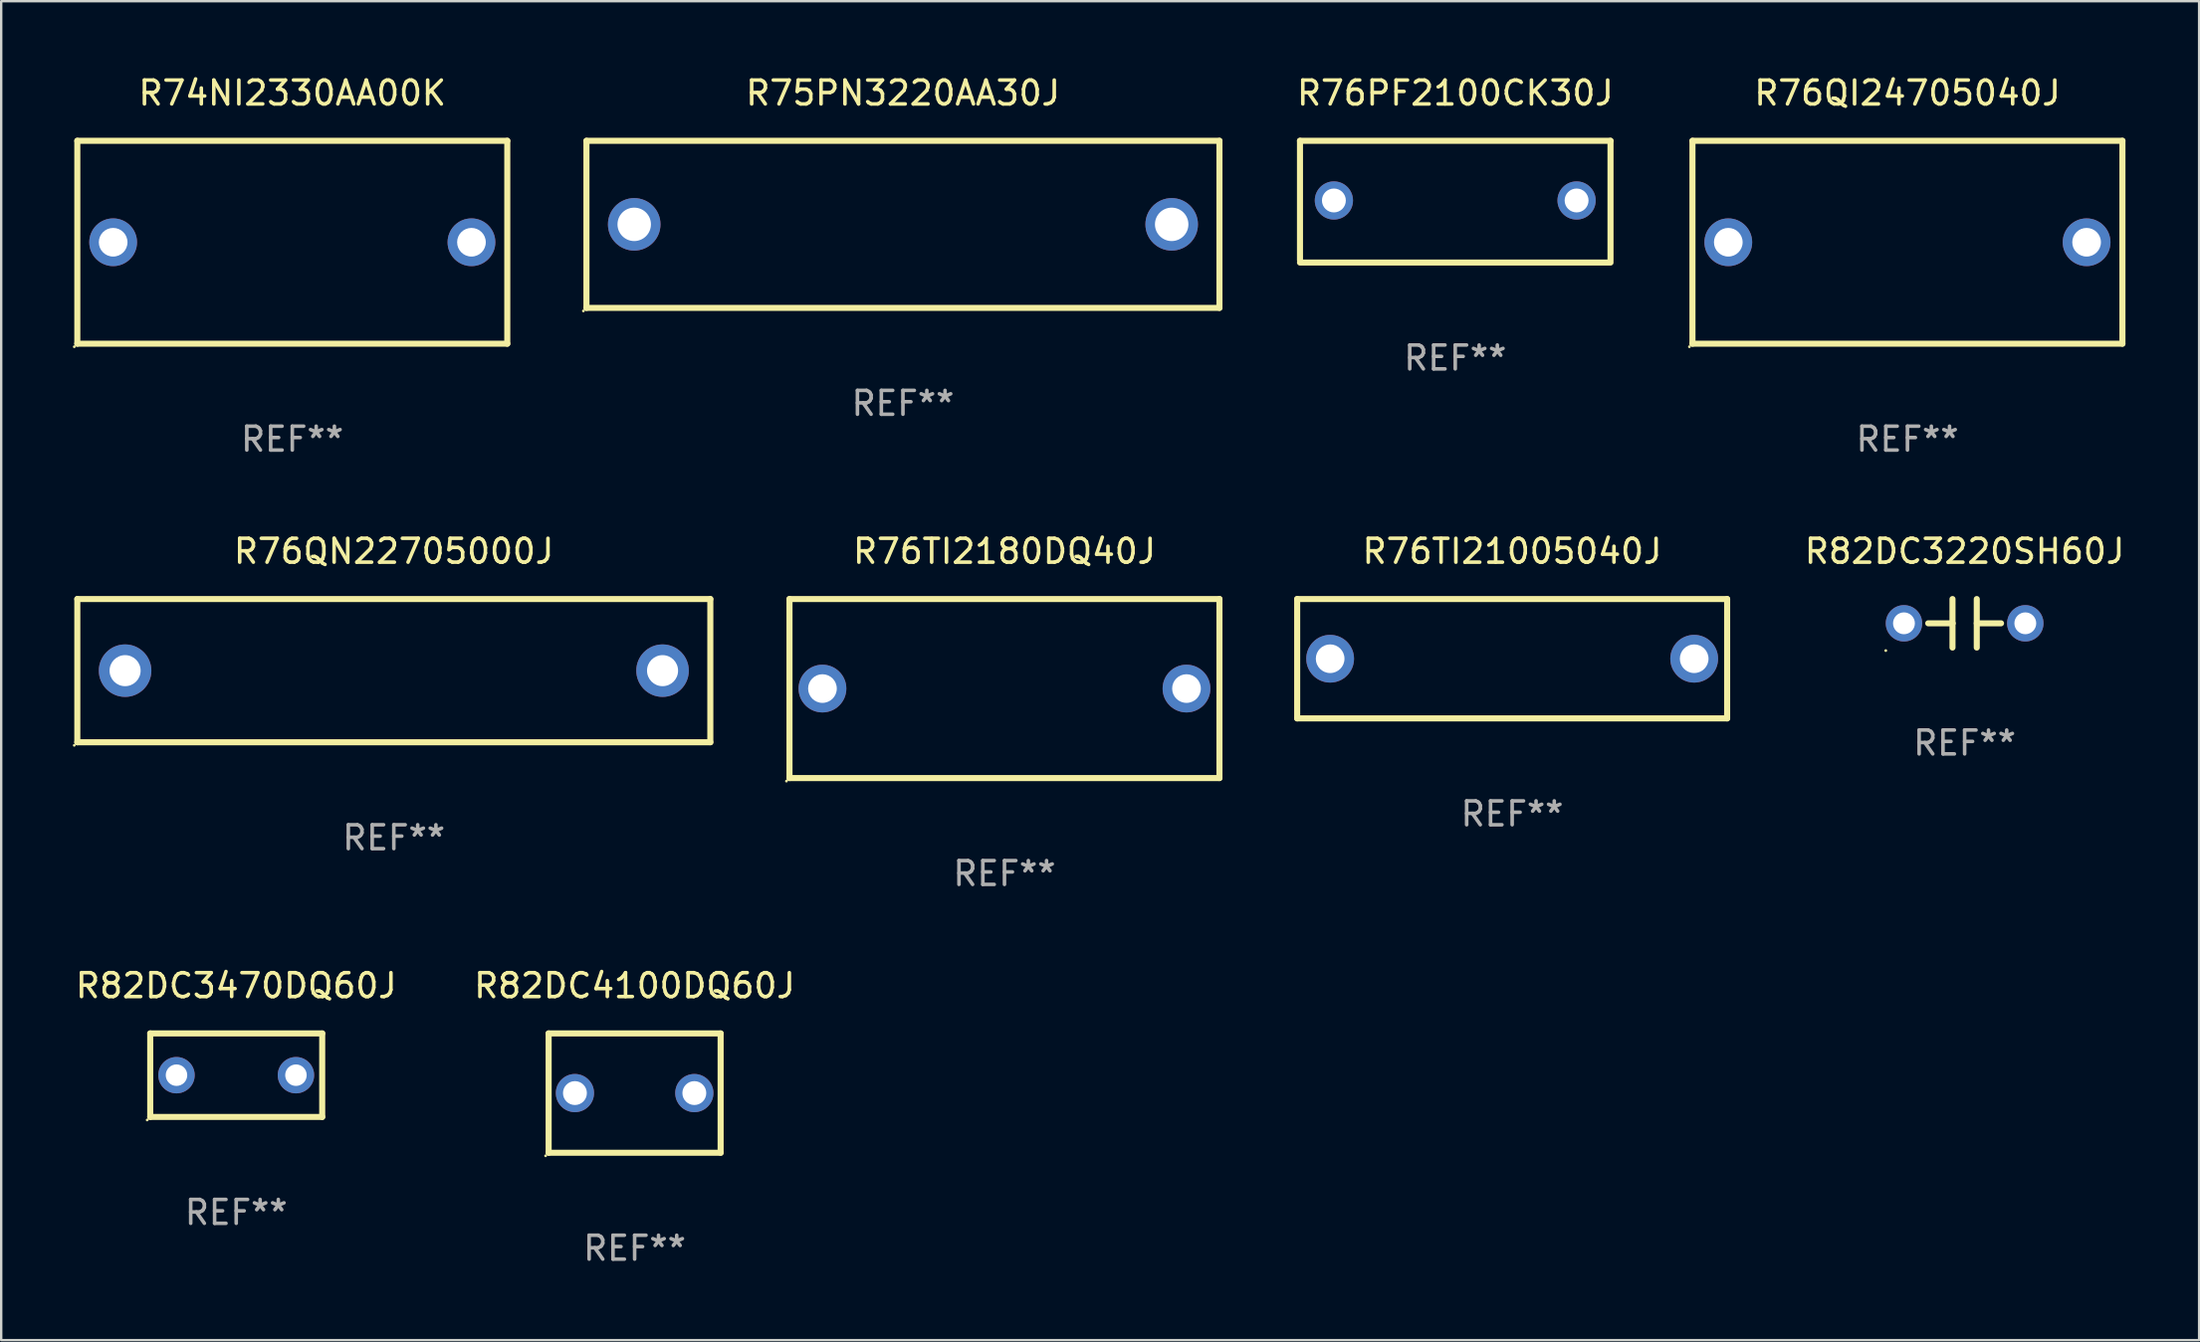
<source format=kicad_pcb>
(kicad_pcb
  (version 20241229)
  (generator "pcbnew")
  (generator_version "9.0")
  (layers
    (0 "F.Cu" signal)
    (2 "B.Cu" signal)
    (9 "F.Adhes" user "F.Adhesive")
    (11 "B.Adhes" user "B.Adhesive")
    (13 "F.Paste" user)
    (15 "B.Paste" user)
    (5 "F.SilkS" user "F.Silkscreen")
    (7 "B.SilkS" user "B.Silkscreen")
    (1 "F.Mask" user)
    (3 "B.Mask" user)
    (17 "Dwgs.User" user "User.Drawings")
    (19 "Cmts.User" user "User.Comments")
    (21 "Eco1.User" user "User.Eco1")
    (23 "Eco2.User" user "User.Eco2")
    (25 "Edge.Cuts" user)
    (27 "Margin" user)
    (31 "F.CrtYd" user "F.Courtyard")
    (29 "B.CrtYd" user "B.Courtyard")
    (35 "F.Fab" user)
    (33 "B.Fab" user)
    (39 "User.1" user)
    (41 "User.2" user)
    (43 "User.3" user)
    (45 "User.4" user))
  (footprint "R76TI21005040J"
    (layer "F.Cu")
    (at 60.255 24.545)
    (property "Reference" "R76TI21005040J" (at 0 -4.5 0) (layer "F.SilkS") (effects (font (size 1 1) (thickness 0.15))))
    (attr through_hole)
    (fp_line (start -9 -2.5) (end 9 -2.5) (stroke (width 0.254) (type solid)) (layer "F.SilkS"))
    (fp_line (start -9 2.5) (end -9 -2.5) (stroke (width 0.254) (type solid)) (layer "F.SilkS"))
    (fp_line (start 9 -2.5) (end 9 2.5) (stroke (width 0.254) (type solid)) (layer "F.SilkS"))
    (fp_line (start 9 2.5) (end -9 2.5) (stroke (width 0.254) (type solid)) (layer "F.SilkS"))
    (fp_circle (center -9 2.5) (end -8.97 2.5) (stroke (width 0.06) (type solid)) (fill no) (layer "F.SilkS"))
    (fp_text user "REF**" (at 0 6.5 0) (layer "F.Fab") (effects (font (size 1 1) (thickness 0.15))))
    (pad "1" thru_hole circle (at -7.62 -0.000127) (size 2 2) (drill 1.2) (layers "*.Cu" "*.Mask"))
    (pad "2" thru_hole circle (at 7.62 -0.000127) (size 2 2) (drill 1.2) (layers "*.Cu" "*.Mask")))
  (footprint "R76QI24705040J"
    (layer "F.Cu")
    (at 76.803 7.098)
    (property "Reference" "R76QI24705040J" (at 0 -6.25 0) (layer "F.SilkS") (effects (font (size 1 1) (thickness 0.15))))
    (attr through_hole)
    (fp_line (start -9 -4.25) (end -9 4.25) (stroke (width 0.254) (type solid)) (layer "F.SilkS"))
    (fp_line (start -9 -4.25) (end 9 -4.25) (stroke (width 0.254) (type solid)) (layer "F.SilkS"))
    (fp_line (start 9 4.25) (end -9 4.25) (stroke (width 0.254) (type solid)) (layer "F.SilkS"))
    (fp_line (start 9 4.25) (end 9 -4.25) (stroke (width 0.254) (type solid)) (layer "F.SilkS"))
    (fp_circle (center -9.127 4.377) (end -9.097 4.377) (stroke (width 0.06) (type solid)) (fill no) (layer "F.SilkS"))
    (fp_text user "REF**" (at 0 8.25 0) (layer "F.Fab") (effects (font (size 1 1) (thickness 0.15))))
    (pad "1" thru_hole circle (at -7.5 0) (size 2 2) (drill 1.2) (layers "*.Cu" "*.Mask"))
    (pad "2" thru_hole circle (at 7.5 0) (size 2 2) (drill 1.2) (layers "*.Cu" "*.Mask")))
  (footprint "R82DC4100DQ60J"
    (layer "F.Cu")
    (at 23.518 42.741)
    (property "Reference" "R82DC4100DQ60J" (at 0 -4.5 0) (layer "F.SilkS") (effects (font (size 1 1) (thickness 0.15))))
    (attr through_hole)
    (fp_line (start -3.6 -2.5) (end 3.6 -2.5) (stroke (width 0.254) (type solid)) (layer "F.SilkS"))
    (fp_line (start -3.6 2.5) (end -3.6 -2.5) (stroke (width 0.254) (type solid)) (layer "F.SilkS"))
    (fp_line (start -3.6 2.5) (end 3.6 2.5) (stroke (width 0.254) (type solid)) (layer "F.SilkS"))
    (fp_line (start 3.6 -2.5) (end 3.6 2.5) (stroke (width 0.254) (type solid)) (layer "F.SilkS"))
    (fp_circle (center -3.727 2.627) (end -3.697 2.627) (stroke (width 0.06) (type solid)) (fill no) (layer "F.SilkS"))
    (fp_text user "REF**" (at 0 6.5 0) (layer "F.Fab") (effects (font (size 1 1) (thickness 0.15))))
    (pad "1" thru_hole circle (at -2.499 0) (size 1.6 1.6) (drill 1) (layers "*.Cu" "*.Mask"))
    (pad "2" thru_hole circle (at 2.499 0) (size 1.6 1.6) (drill 1) (layers "*.Cu" "*.Mask")))
  (footprint "R82DC3220SH60J"
    (layer "F.Cu")
    (at 79.197 23.061)
    (property "Reference" "R82DC3220SH60J" (at 0 -3.016 0) (layer "F.SilkS") (effects (font (size 1 1) (thickness 0.15))))
    (attr through_hole)
    (fp_line (start -1.524 0) (end -0.508 0) (stroke (width 0.254) (type solid)) (layer "F.SilkS"))
    (fp_line (start -0.508 0) (end -0.508 -1.016) (stroke (width 0.254) (type solid)) (layer "F.SilkS"))
    (fp_line (start -0.508 0) (end -0.508 1.016) (stroke (width 0.254) (type solid)) (layer "F.SilkS"))
    (fp_line (start 0.508 -1.016) (end 0.508 1.016) (stroke (width 0.254) (type solid)) (layer "F.SilkS"))
    (fp_line (start 1.524 0) (end 0.508 0) (stroke (width 0.254) (type solid)) (layer "F.SilkS"))
    (fp_circle (center -3.302 1.143) (end -3.272 1.143) (stroke (width 0.06) (type solid)) (fill no) (layer "F.SilkS"))
    (fp_text user "REF**" (at 0 5.016 0) (layer "F.Fab") (effects (font (size 1 1) (thickness 0.15))))
    (pad "1" thru_hole circle (at -2.54 0) (size 1.524 1.524) (drill 0.914) (layers "*.Cu" "*.Mask"))
    (pad "2" thru_hole circle (at 2.54 0) (size 1.524 1.524) (drill 0.914) (layers "*.Cu" "*.Mask")))
  (footprint "R75PN3220AA30J"
    (layer "F.Cu")
    (at 34.751 6.348)
    (property "Reference" "R75PN3220AA30J" (at 0 -5.5 0) (layer "F.SilkS") (effects (font (size 1 1) (thickness 0.15))))
    (attr through_hole)
    (fp_line (start -13.25 -3.5) (end 13.25 -3.5) (stroke (width 0.254) (type solid)) (layer "F.SilkS"))
    (fp_line (start -13.25 3.5) (end -13.25 -3.5) (stroke (width 0.254) (type solid)) (layer "F.SilkS"))
    (fp_line (start 13.25 -3.5) (end 13.25 3.5) (stroke (width 0.254) (type solid)) (layer "F.SilkS"))
    (fp_line (start 13.25 3.5) (end -13.25 3.5) (stroke (width 0.254) (type solid)) (layer "F.SilkS"))
    (fp_circle (center -13.377 3.627) (end -13.347 3.627) (stroke (width 0.06) (type solid)) (fill no) (layer "F.SilkS"))
    (fp_text user "REF**" (at 0 7.5 0) (layer "F.Fab") (effects (font (size 1 1) (thickness 0.15))))
    (pad "1" thru_hole circle (at -11.25 0) (size 2.2 2.2) (drill 1.4) (layers "*.Cu" "*.Mask"))
    (pad "2" thru_hole circle (at 11.25 0) (size 2.2 2.2) (drill 1.4) (layers "*.Cu" "*.Mask")))
  (footprint "R76QN22705000J"
    (layer "F.Cu")
    (at 13.437 25.045)
    (property "Reference" "R76QN22705000J" (at 0 -5 0) (layer "F.SilkS") (effects (font (size 1 1) (thickness 0.15))))
    (attr through_hole)
    (fp_line (start -13.25 -3) (end 13.25 -3) (stroke (width 0.254) (type solid)) (layer "F.SilkS"))
    (fp_line (start -13.25 3) (end -13.25 -3) (stroke (width 0.254) (type solid)) (layer "F.SilkS"))
    (fp_line (start 13.25 -3) (end 13.25 3) (stroke (width 0.254) (type solid)) (layer "F.SilkS"))
    (fp_line (start 13.25 3) (end -13.25 3) (stroke (width 0.254) (type solid)) (layer "F.SilkS"))
    (fp_circle (center -13.377 3.127) (end -13.347 3.127) (stroke (width 0.06) (type solid)) (fill no) (layer "F.SilkS"))
    (fp_text user "REF**" (at 0 7 0) (layer "F.Fab") (effects (font (size 1 1) (thickness 0.15))))
    (pad "1" thru_hole circle (at -11.25 0) (size 2.2 2.2) (drill 1.3) (layers "*.Cu" "*.Mask"))
    (pad "2" thru_hole circle (at 11.25 0) (size 2.2 2.2) (drill 1.3) (layers "*.Cu" "*.Mask")))
  (footprint "R82DC3470DQ60J"
    (layer "F.Cu")
    (at 6.839 41.991)
    (property "Reference" "R82DC3470DQ60J" (at 0 -3.75 0) (layer "F.SilkS") (effects (font (size 1 1) (thickness 0.15))))
    (attr through_hole)
    (fp_line (start -3.6 -1.75) (end 3.6 -1.75) (stroke (width 0.254) (type solid)) (layer "F.SilkS"))
    (fp_line (start -3.6 1.75) (end -3.6 -1.75) (stroke (width 0.254) (type solid)) (layer "F.SilkS"))
    (fp_line (start 3.6 -1.75) (end 3.6 1.75) (stroke (width 0.254) (type solid)) (layer "F.SilkS"))
    (fp_line (start 3.6 1.75) (end -3.6 1.75) (stroke (width 0.254) (type solid)) (layer "F.SilkS"))
    (fp_circle (center -3.727 1.877) (end -3.697 1.877) (stroke (width 0.06) (type solid)) (fill no) (layer "F.SilkS"))
    (fp_text user "REF**" (at 0 5.75 0) (layer "F.Fab") (effects (font (size 1 1) (thickness 0.15))))
    (pad "1" thru_hole circle (at -2.5 0) (size 1.524 1.524) (drill 0.9) (layers "*.Cu" "*.Mask"))
    (pad "2" thru_hole circle (at 2.5 0) (size 1.524 1.524) (drill 0.9) (layers "*.Cu" "*.Mask")))
  (footprint "R76TI2180DQ40J"
    (layer "F.Cu")
    (at 39.001 25.795)
    (property "Reference" "R76TI2180DQ40J" (at 0 -5.75 0) (layer "F.SilkS") (effects (font (size 1 1) (thickness 0.15))))
    (attr through_hole)
    (fp_line (start -9 -3.75) (end 9 -3.75) (stroke (width 0.254) (type solid)) (layer "F.SilkS"))
    (fp_line (start -9 3.75) (end -9 -3.75) (stroke (width 0.254) (type solid)) (layer "F.SilkS"))
    (fp_line (start 9 -3.75) (end 9 3.75) (stroke (width 0.254) (type solid)) (layer "F.SilkS"))
    (fp_line (start 9 3.75) (end -9 3.75) (stroke (width 0.254) (type solid)) (layer "F.SilkS"))
    (fp_circle (center -9.127 3.877) (end -9.097 3.877) (stroke (width 0.06) (type solid)) (fill no) (layer "F.SilkS"))
    (fp_text user "REF**" (at 0 7.75 0) (layer "F.Fab") (effects (font (size 1 1) (thickness 0.15))))
    (pad "1" thru_hole circle (at -7.62 0) (size 2 2) (drill 1.2) (layers "*.Cu" "*.Mask"))
    (pad "2" thru_hole circle (at 7.62 0) (size 2 2) (drill 1.2) (layers "*.Cu" "*.Mask")))
  (footprint "R76PF2100CK30J"
    (layer "F.Cu")
    (at 57.872 5.398)
    (property "Reference" "R76PF2100CK30J" (at 0 -4.55 0) (layer "F.SilkS") (effects (font (size 1 1) (thickness 0.15))))
    (attr through_hole)
    (fp_line (start -6.5 -2.55) (end 6.5 -2.55) (stroke (width 0.254) (type solid)) (layer "F.SilkS"))
    (fp_line (start -6.5 2.45) (end -6.5 -2.55) (stroke (width 0.254) (type solid)) (layer "F.SilkS"))
    (fp_line (start 6.5 -2.55) (end 6.5 2.45) (stroke (width 0.254) (type solid)) (layer "F.SilkS"))
    (fp_line (start 6.5 2.55) (end -6.5 2.55) (stroke (width 0.254) (type solid)) (layer "F.SilkS"))
    (fp_circle (center -6.5 2.45) (end -6.47 2.45) (stroke (width 0.06) (type solid)) (fill no) (layer "F.SilkS"))
    (fp_text user "REF**" (at 0 6.55 0) (layer "F.Fab") (effects (font (size 1 1) (thickness 0.15))))
    (pad "1" thru_hole circle (at -5.08 -0.05) (size 1.6 1.6) (drill 1) (layers "*.Cu" "*.Mask"))
    (pad "2" thru_hole circle (at 5.08 -0.05) (size 1.6 1.6) (drill 1) (layers "*.Cu" "*.Mask")))
  (footprint "R74NI2330AA00K"
    (layer "F.Cu")
    (at 9.187 7.098)
    (property "Reference" "R74NI2330AA00K" (at 0 -6.25 0) (layer "F.SilkS") (effects (font (size 1 1) (thickness 0.15))))
    (attr through_hole)
    (fp_line (start -9 -4.25) (end -9 4.25) (stroke (width 0.254) (type solid)) (layer "F.SilkS"))
    (fp_line (start -9 -4.25) (end 9 -4.25) (stroke (width 0.254) (type solid)) (layer "F.SilkS"))
    (fp_line (start 9 4.25) (end -9 4.25) (stroke (width 0.254) (type solid)) (layer "F.SilkS"))
    (fp_line (start 9 4.25) (end 9 -4.25) (stroke (width 0.254) (type solid)) (layer "F.SilkS"))
    (fp_circle (center -9.127 4.377) (end -9.097 4.377) (stroke (width 0.06) (type solid)) (fill no) (layer "F.SilkS"))
    (fp_text user "REF**" (at 0 8.25 0) (layer "F.Fab") (effects (font (size 1 1) (thickness 0.15))))
    (pad "1" thru_hole circle (at -7.5 0) (size 2 2) (drill 1.2) (layers "*.Cu" "*.Mask"))
    (pad "2" thru_hole circle (at 7.5 0) (size 2 2) (drill 1.2) (layers "*.Cu" "*.Mask")))
  (gr_rect
    (start -3 -3)
    (end 89.013 53.09)
    (stroke (width 0.1) (type default))
    (fill no)
    (layer "Edge.Cuts")))
</source>
